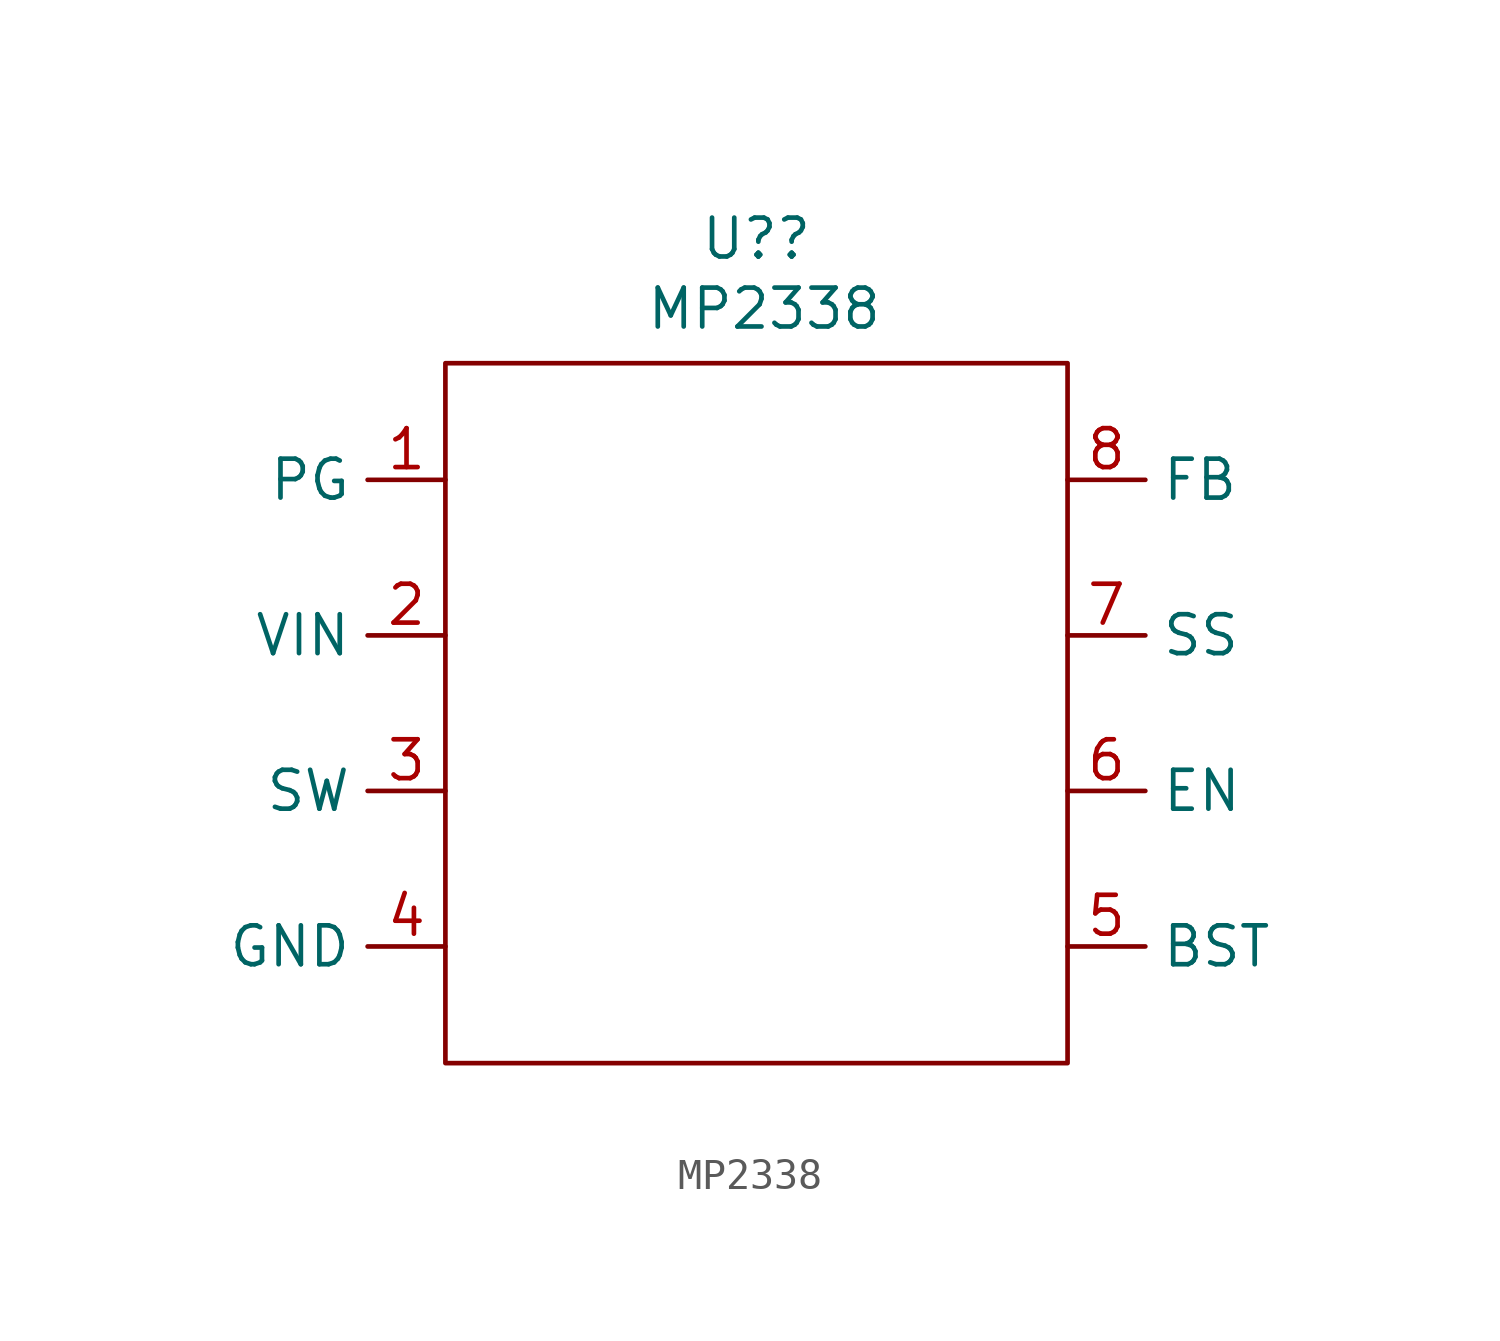
<source format=kicad_sym>
(kicad_symbol_lib
  (version 20231120)
  (generator "kicad_symbol_editor")
  (generator_version "8.0")
  (symbol "MP2338"
    (property "Reference" "U?"
      (at 0 15.494 0)
      (effects (font (size 1.27 1.27))))
    (property "Value" "MP2338"
      (at 0.254 13.208 0)
      (effects (font (size 1.27 1.27))))
    (symbol "MP2338_0_1"
      (rectangle (start -10.16 11.43) (end 10.16 -11.43) (stroke (width 0) (type default)) (fill (type none))))
    (symbol "MP2338_1_1"
      (pin open_collector line (at -10.16 7.62 180) (length 2.54) (name "PG" (effects (font (size 1.27 1.27)))) (number "1" (effects (font (size 1.27 1.27)))))
      (pin power_in line (at -10.16 2.54 180) (length 2.54) (name "VIN" (effects (font (size 1.27 1.27)))) (number "2" (effects (font (size 1.27 1.27)))))
      (pin power_out line (at -10.16 -2.54 180) (length 2.54) (name "SW" (effects (font (size 1.27 1.27)))) (number "3" (effects (font (size 1.27 1.27)))))
      (pin power_in line (at -10.16 -7.62 180) (length 2.54) (name "GND" (effects (font (size 1.27 1.27)))) (number "4" (effects (font (size 1.27 1.27)))))
      (pin power_in line (at 10.16 -7.62 0) (length 2.54) (name "BST" (effects (font (size 1.27 1.27)))) (number "5" (effects (font (size 1.27 1.27)))))
      (pin input line (at 10.16 -2.54 0) (length 2.54) (name "EN" (effects (font (size 1.27 1.27)))) (number "6" (effects (font (size 1.27 1.27)))))
      (pin input line (at 10.16 2.54 0) (length 2.54) (name "SS" (effects (font (size 1.27 1.27)))) (number "7" (effects (font (size 1.27 1.27)))))
      (pin input line (at 10.16 7.62 0) (length 2.54) (name "FB" (effects (font (size 1.27 1.27)))) (number "8" (effects (font (size 1.27 1.27))))))))
</source>
